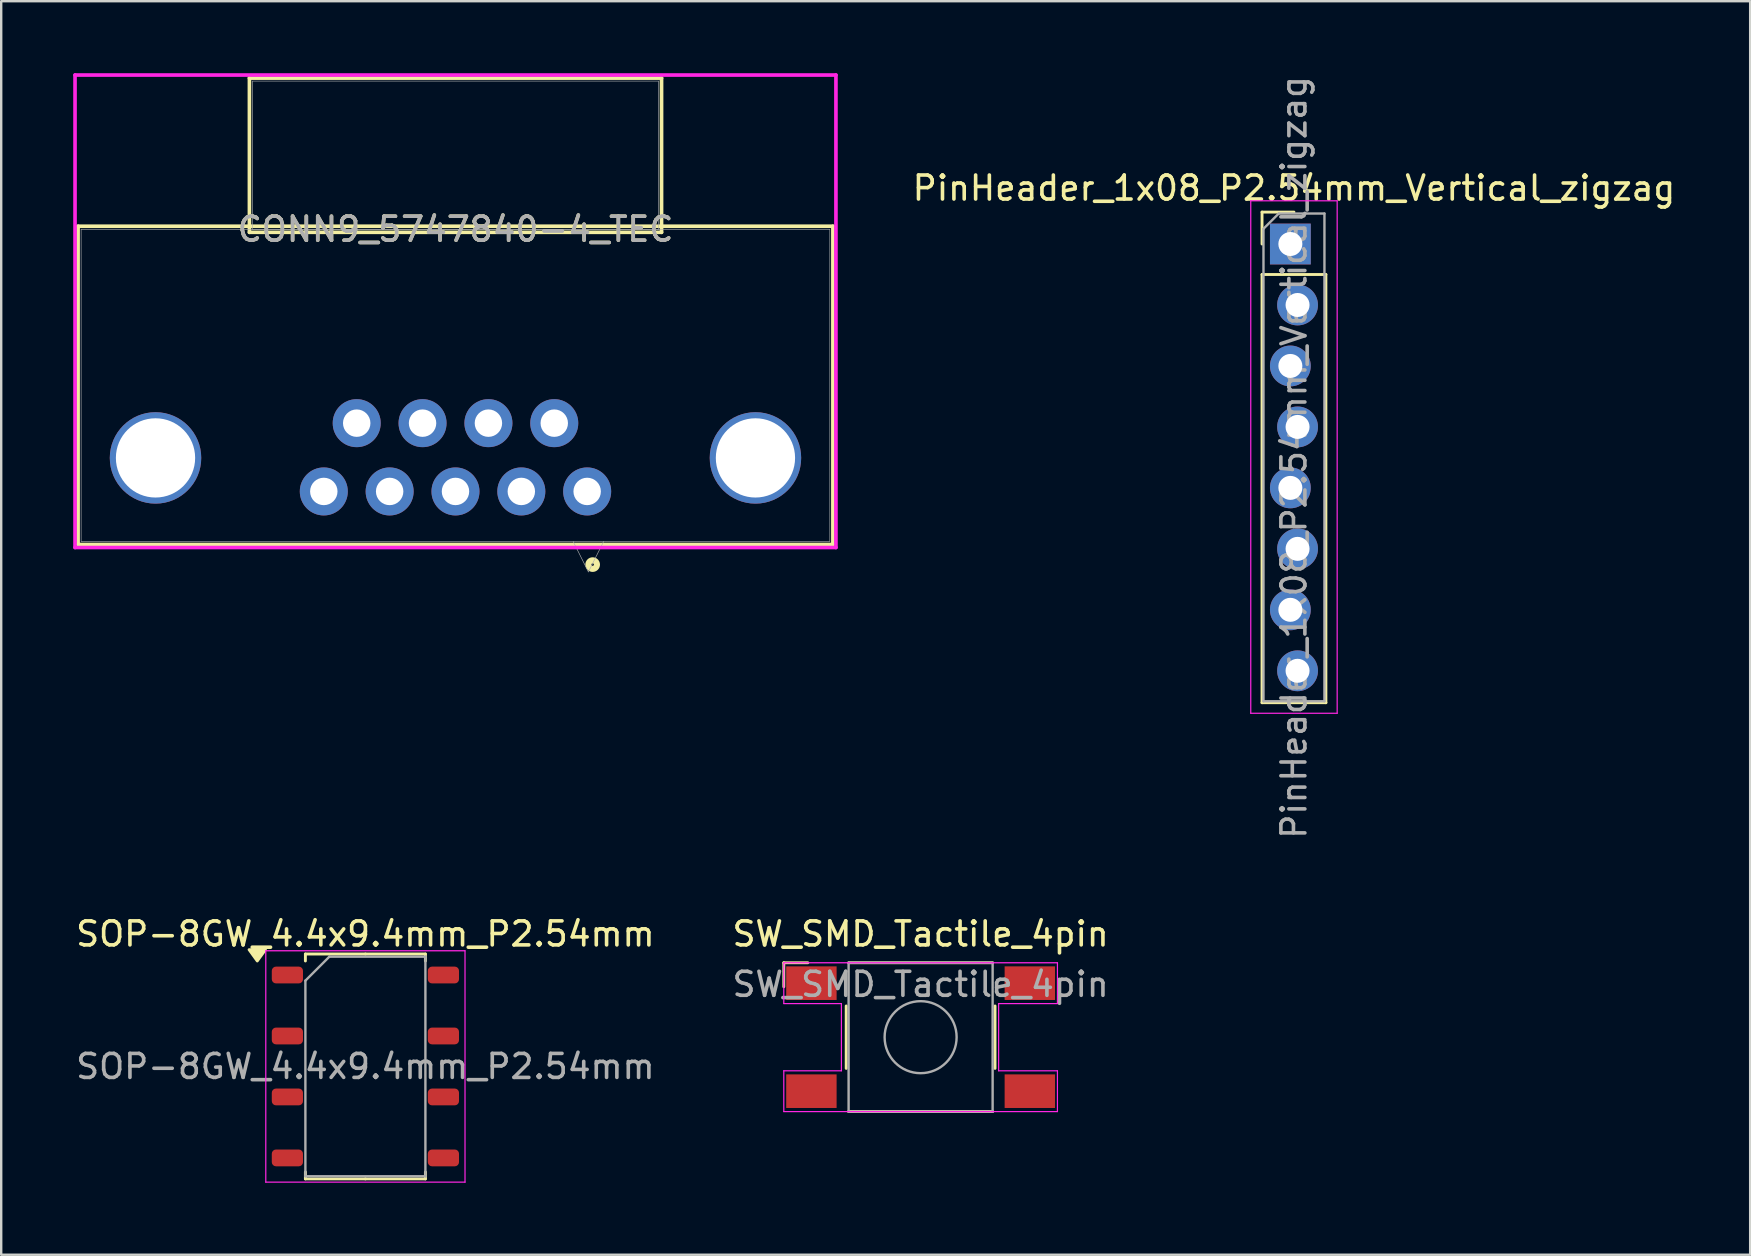
<source format=kicad_pcb>
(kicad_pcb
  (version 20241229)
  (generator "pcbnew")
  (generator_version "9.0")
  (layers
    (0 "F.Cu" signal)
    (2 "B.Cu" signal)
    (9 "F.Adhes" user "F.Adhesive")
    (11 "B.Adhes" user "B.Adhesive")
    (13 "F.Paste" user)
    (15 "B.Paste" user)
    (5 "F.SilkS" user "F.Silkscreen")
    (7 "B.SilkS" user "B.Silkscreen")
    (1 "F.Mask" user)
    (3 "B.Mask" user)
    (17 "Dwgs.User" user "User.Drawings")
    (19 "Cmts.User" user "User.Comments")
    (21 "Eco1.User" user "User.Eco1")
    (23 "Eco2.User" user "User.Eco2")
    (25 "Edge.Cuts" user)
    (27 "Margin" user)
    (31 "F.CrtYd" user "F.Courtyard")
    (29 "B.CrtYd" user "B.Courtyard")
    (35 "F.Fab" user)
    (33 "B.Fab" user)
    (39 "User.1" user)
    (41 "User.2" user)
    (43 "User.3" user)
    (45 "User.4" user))
  (footprint "PinHeader_1x08_P2.54mm_Vertical_zigzag"
    (layer "F.Cu")
    (at 50.858 7.116)
    (property "Reference" "PinHeader_1x08_P2.54mm_Vertical_zigzag" (at 0 -2.33 0) (layer "F.SilkS") (effects (font (size 1 1) (thickness 0.15))))
    (attr through_hole)
    (fp_line (start -1.33 -1.33) (end 0 -1.33) (stroke (width 0.12) (type solid)) (layer "F.SilkS"))
    (fp_line (start -1.33 0) (end -1.33 -1.33) (stroke (width 0.12) (type solid)) (layer "F.SilkS"))
    (fp_line (start -1.33 1.27) (end -1.33 19.11) (stroke (width 0.12) (type solid)) (layer "F.SilkS"))
    (fp_line (start -1.33 1.27) (end 1.33 1.27) (stroke (width 0.12) (type solid)) (layer "F.SilkS"))
    (fp_line (start -1.33 19.11) (end 1.33 19.11) (stroke (width 0.12) (type solid)) (layer "F.SilkS"))
    (fp_line (start 1.33 1.27) (end 1.33 19.11) (stroke (width 0.12) (type solid)) (layer "F.SilkS"))
    (fp_line (start -1.8 -1.8) (end -1.8 19.55) (stroke (width 0.05) (type solid)) (layer "F.CrtYd"))
    (fp_line (start -1.8 19.55) (end 1.8 19.55) (stroke (width 0.05) (type solid)) (layer "F.CrtYd"))
    (fp_line (start 1.8 -1.8) (end -1.8 -1.8) (stroke (width 0.05) (type solid)) (layer "F.CrtYd"))
    (fp_line (start 1.8 19.55) (end 1.8 -1.8) (stroke (width 0.05) (type solid)) (layer "F.CrtYd"))
    (fp_line (start -1.27 -0.635) (end -0.635 -1.27) (stroke (width 0.1) (type solid)) (layer "F.Fab"))
    (fp_line (start -1.27 19.05) (end -1.27 -0.635) (stroke (width 0.1) (type solid)) (layer "F.Fab"))
    (fp_line (start -0.635 -1.27) (end 1.27 -1.27) (stroke (width 0.1) (type solid)) (layer "F.Fab"))
    (fp_line (start 1.27 -1.27) (end 1.27 19.05) (stroke (width 0.1) (type solid)) (layer "F.Fab"))
    (fp_line (start 1.27 19.05) (end -1.27 19.05) (stroke (width 0.1) (type solid)) (layer "F.Fab"))
    (fp_text user "${REFERENCE}" (at 0 8.89 90) (layer "F.Fab") (effects (font (size 1 1) (thickness 0.15))))
    (pad "1" thru_hole rect (at -0.15 0) (size 1.7 1.7) (drill 1) (layers "*.Cu" "*.Mask"))
    (pad "2" thru_hole oval (at 0.15 2.54) (size 1.7 1.7) (drill 1) (layers "*.Cu" "*.Mask"))
    (pad "3" thru_hole oval (at -0.15 5.08) (size 1.7 1.7) (drill 1) (layers "*.Cu" "*.Mask"))
    (pad "4" thru_hole oval (at 0.15 7.62) (size 1.7 1.7) (drill 1) (layers "*.Cu" "*.Mask"))
    (pad "5" thru_hole oval (at -0.15 10.16) (size 1.7 1.7) (drill 1) (layers "*.Cu" "*.Mask"))
    (pad "6" thru_hole oval (at 0.15 12.7) (size 1.7 1.7) (drill 1) (layers "*.Cu" "*.Mask"))
    (pad "7" thru_hole oval (at -0.15 15.24) (size 1.7 1.7) (drill 1) (layers "*.Cu" "*.Mask"))
    (pad "8" thru_hole oval (at 0.15 17.78) (size 1.7 1.7) (drill 1) (layers "*.Cu" "*.Mask")))
  (footprint "CONN9_5747840-4_TEC"
    (layer "F.Cu")
    (at 15.926 6.502)
    (property "Reference" "CONN9_5747840-4_TEC" (at 0 0 0) (unlocked yes) (layer "F.SilkS") (effects (font (size 1 1) (thickness 0.15))))
    (attr through_hole)
    (fp_line (start -15.723 -0.127) (end -15.723 13.132) (stroke (width 0.152) (type solid)) (layer "F.SilkS"))
    (fp_line (start -15.723 13.132) (end 15.723 13.132) (stroke (width 0.152) (type solid)) (layer "F.SilkS"))
    (fp_line (start -8.585 -6.299) (end -8.585 0.127) (stroke (width 0.152) (type solid)) (layer "F.SilkS"))
    (fp_line (start -8.585 0.127) (end 8.585 0.127) (stroke (width 0.152) (type solid)) (layer "F.SilkS"))
    (fp_line (start 8.585 -6.299) (end -8.585 -6.299) (stroke (width 0.152) (type solid)) (layer "F.SilkS"))
    (fp_line (start 8.585 0.127) (end 8.585 -6.299) (stroke (width 0.152) (type solid)) (layer "F.SilkS"))
    (fp_line (start 15.723 -0.127) (end -15.723 -0.127) (stroke (width 0.152) (type solid)) (layer "F.SilkS"))
    (fp_line (start 15.723 13.132) (end 15.723 -0.127) (stroke (width 0.152) (type solid)) (layer "F.SilkS"))
    (fp_circle (center 5.715 13.97) (end 5.893 13.97) (stroke (width 0.254) (type solid)) (fill no) (layer "F.SilkS"))
    (fp_line (start -15.85 -6.426) (end -15.85 13.259) (stroke (width 0.152) (type solid)) (layer "F.CrtYd"))
    (fp_line (start -15.85 13.259) (end 15.85 13.259) (stroke (width 0.152) (type solid)) (layer "F.CrtYd"))
    (fp_line (start 15.85 -6.426) (end -15.85 -6.426) (stroke (width 0.152) (type solid)) (layer "F.CrtYd"))
    (fp_line (start 15.85 13.259) (end 15.85 -6.426) (stroke (width 0.152) (type solid)) (layer "F.CrtYd"))
    (fp_line (start -15.596 0) (end -15.596 13.005) (stroke (width 0.025) (type solid)) (layer "F.Fab"))
    (fp_line (start -15.596 13.005) (end 15.596 13.005) (stroke (width 0.025) (type solid)) (layer "F.Fab"))
    (fp_line (start -8.458 -6.172) (end -8.458 0) (stroke (width 0.025) (type solid)) (layer "F.Fab"))
    (fp_line (start -8.458 0) (end 8.458 0) (stroke (width 0.025) (type solid)) (layer "F.Fab"))
    (fp_line (start 4.902 13.005) (end 5.537 14.275) (stroke (width 0.025) (type solid)) (layer "F.Fab"))
    (fp_line (start 6.172 13.005) (end 5.537 14.275) (stroke (width 0.025) (type solid)) (layer "F.Fab"))
    (fp_line (start 8.458 -6.172) (end -8.458 -6.172) (stroke (width 0.025) (type solid)) (layer "F.Fab"))
    (fp_line (start 8.458 0) (end 8.458 -6.172) (stroke (width 0.025) (type solid)) (layer "F.Fab"))
    (fp_line (start 15.596 0) (end -15.596 0) (stroke (width 0.025) (type solid)) (layer "F.Fab"))
    (fp_line (start 15.596 13.005) (end 15.596 0) (stroke (width 0.025) (type solid)) (layer "F.Fab"))
    (fp_text user "${REFERENCE}" (at 0 0 0) (unlocked yes) (layer "F.Fab") (effects (font (size 1 1) (thickness 0.15))))
    (pad "1" thru_hole circle (at 5.486 10.922) (size 2 2) (drill 1.143) (layers "*.Cu" "*.Mask"))
    (pad "2" thru_hole circle (at 2.743 10.922) (size 2 2) (drill 1.143) (layers "*.Cu" "*.Mask"))
    (pad "3" thru_hole circle (at 0 10.922) (size 2 2) (drill 1.143) (layers "*.Cu" "*.Mask"))
    (pad "4" thru_hole circle (at -2.743 10.922) (size 2 2) (drill 1.143) (layers "*.Cu" "*.Mask"))
    (pad "5" thru_hole circle (at -5.486 10.922) (size 2 2) (drill 1.143) (layers "*.Cu" "*.Mask"))
    (pad "6" thru_hole circle (at 4.115 8.077) (size 2 2) (drill 1.143) (layers "*.Cu" "*.Mask"))
    (pad "7" thru_hole circle (at 1.372 8.077) (size 2 2) (drill 1.143) (layers "*.Cu" "*.Mask"))
    (pad "8" thru_hole circle (at -1.372 8.077) (size 2 2) (drill 1.143) (layers "*.Cu" "*.Mask"))
    (pad "9" thru_hole circle (at -4.115 8.077) (size 2 2) (drill 1.143) (layers "*.Cu" "*.Mask"))
    (pad "10" thru_hole circle (at -12.497 9.525) (size 3.81 3.81) (drill 3.302) (layers "*.Cu" "*.Mask"))
    (pad "11" thru_hole circle (at 12.497 9.525) (size 3.81 3.81) (drill 3.302) (layers "*.Cu" "*.Mask")))
  (footprint "SW_SMD_Tactile_4pin"
    (layer "F.Cu")
    (at 35.304 40.16)
    (property "Reference" "SW_SMD_Tactile_4pin" (at 0 -4.3 0) (layer "F.SilkS") (effects (font (size 1 1) (thickness 0.15))))
    (attr smd)
    (fp_line (start -5.7 -3.1) (end -4.7 -3.1) (stroke (width 0.12) (type solid)) (layer "F.SilkS"))
    (fp_line (start -5.7 -2.1) (end -5.7 -3.1) (stroke (width 0.12) (type solid)) (layer "F.SilkS"))
    (fp_line (start -3.1 -1.3) (end -3.1 1.3) (stroke (width 0.12) (type solid)) (layer "F.SilkS"))
    (fp_line (start 3 -3.1) (end -3 -3.1) (stroke (width 0.12) (type solid)) (layer "F.SilkS"))
    (fp_line (start 3 3.1) (end -3 3.1) (stroke (width 0.12) (type solid)) (layer "F.SilkS"))
    (fp_line (start 3.1 -1.3) (end 3.1 1.3) (stroke (width 0.12) (type solid)) (layer "F.SilkS"))
    (fp_line (start -5.7 -3.1) (end 5.7 -3.1) (stroke (width 0.05) (type solid)) (layer "F.CrtYd"))
    (fp_line (start -5.7 -1.4) (end -5.7 -3.1) (stroke (width 0.05) (type solid)) (layer "F.CrtYd"))
    (fp_line (start -5.7 1.4) (end -3.3 1.4) (stroke (width 0.05) (type solid)) (layer "F.CrtYd"))
    (fp_line (start -5.7 3.1) (end -5.7 1.4) (stroke (width 0.05) (type solid)) (layer "F.CrtYd"))
    (fp_line (start -3.3 -1.4) (end -5.7 -1.4) (stroke (width 0.05) (type solid)) (layer "F.CrtYd"))
    (fp_line (start -3.3 1.4) (end -3.3 -1.4) (stroke (width 0.05) (type solid)) (layer "F.CrtYd"))
    (fp_line (start 3.25 -1.4) (end 3.25 1.4) (stroke (width 0.05) (type solid)) (layer "F.CrtYd"))
    (fp_line (start 3.25 1.4) (end 5.7 1.4) (stroke (width 0.05) (type solid)) (layer "F.CrtYd"))
    (fp_line (start 5.7 -3.1) (end 5.7 -1.4) (stroke (width 0.05) (type solid)) (layer "F.CrtYd"))
    (fp_line (start 5.7 -1.4) (end 3.25 -1.4) (stroke (width 0.05) (type solid)) (layer "F.CrtYd"))
    (fp_line (start 5.7 1.4) (end 5.7 3.1) (stroke (width 0.05) (type solid)) (layer "F.CrtYd"))
    (fp_line (start 5.7 3.1) (end -5.7 3.1) (stroke (width 0.05) (type solid)) (layer "F.CrtYd"))
    (fp_line (start -3 -3.1) (end 3 -3.1) (stroke (width 0.1) (type solid)) (layer "F.Fab"))
    (fp_line (start -3 3.1) (end -3 -3.1) (stroke (width 0.1) (type solid)) (layer "F.Fab"))
    (fp_line (start 3 -3.1) (end 3 3.1) (stroke (width 0.1) (type solid)) (layer "F.Fab"))
    (fp_line (start 3 3.1) (end -3 3.1) (stroke (width 0.1) (type solid)) (layer "F.Fab"))
    (fp_circle (center 0 0) (end 1.5 0) (stroke (width 0.1) (type solid)) (fill no) (layer "F.Fab"))
    (fp_text user "${REFERENCE}" (at 0 -2.2 0) (layer "F.Fab") (effects (font (size 1 1) (thickness 0.15))))
    (pad "1" smd rect (at -4.55 -2.25 180) (size 2.1 1.4) (layers "F.Cu" "F.Mask" "F.Paste"))
    (pad "1" smd rect (at 4.55 -2.25 180) (size 2.1 1.4) (layers "F.Cu" "F.Mask" "F.Paste"))
    (pad "2" smd rect (at -4.55 2.25 180) (size 2.1 1.4) (layers "F.Cu" "F.Mask" "F.Paste"))
    (pad "2" smd rect (at 4.55 2.25 180) (size 2.1 1.4) (layers "F.Cu" "F.Mask" "F.Paste")))
  (footprint "SOP-8GW_4.4x9.4mm_P2.54mm"
    (layer "F.Cu")
    (at 12.173 41.38)
    (property "Reference" "SOP-8GW_4.4x9.4mm_P2.54mm" (at 0 -5.52 0) (layer "F.SilkS") (effects (font (size 1 1) (thickness 0.15))))
    (attr smd)
    (fp_line (start -2.5 -4.685) (end -2.5 -4.395) (stroke (width 0.12) (type solid)) (layer "F.SilkS"))
    (fp_line (start -2.5 4.685) (end -2.5 4.395) (stroke (width 0.12) (type solid)) (layer "F.SilkS"))
    (fp_line (start 0 -4.685) (end -2.5 -4.685) (stroke (width 0.12) (type solid)) (layer "F.SilkS"))
    (fp_line (start 0 -4.685) (end 2.5 -4.685) (stroke (width 0.12) (type solid)) (layer "F.SilkS"))
    (fp_line (start 0 4.685) (end -2.5 4.685) (stroke (width 0.12) (type solid)) (layer "F.SilkS"))
    (fp_line (start 0 4.685) (end 2.5 4.685) (stroke (width 0.12) (type solid)) (layer "F.SilkS"))
    (fp_line (start 2.5 -4.685) (end 2.5 -4.395) (stroke (width 0.12) (type solid)) (layer "F.SilkS"))
    (fp_line (start 2.5 4.685) (end 2.5 4.395) (stroke (width 0.12) (type solid)) (layer "F.SilkS"))
    (fp_poly (pts (xy -4.505 -4.395) (xy -4.845 -4.865) (xy -4.165 -4.865) (xy -4.505 -4.395)) (stroke (width 0.12) (type solid)) (fill yes) (layer "F.SilkS"))
    (fp_line (start -4.15 -4.82) (end -4.15 4.82) (stroke (width 0.05) (type solid)) (layer "F.CrtYd"))
    (fp_line (start -4.15 4.82) (end 4.15 4.82) (stroke (width 0.05) (type solid)) (layer "F.CrtYd"))
    (fp_line (start 4.15 -4.82) (end -4.15 -4.82) (stroke (width 0.05) (type solid)) (layer "F.CrtYd"))
    (fp_line (start 4.15 4.82) (end 4.15 -4.82) (stroke (width 0.05) (type solid)) (layer "F.CrtYd"))
    (fp_line (start -2.5 -3.575) (end -1.5 -4.575) (stroke (width 0.1) (type solid)) (layer "F.Fab"))
    (fp_line (start -2.5 4.575) (end -2.5 -3.575) (stroke (width 0.1) (type solid)) (layer "F.Fab"))
    (fp_line (start -1.5 -4.575) (end 2.5 -4.575) (stroke (width 0.1) (type solid)) (layer "F.Fab"))
    (fp_line (start 2.5 -4.575) (end 2.5 4.575) (stroke (width 0.1) (type solid)) (layer "F.Fab"))
    (fp_line (start 2.5 4.575) (end -2.5 4.575) (stroke (width 0.1) (type solid)) (layer "F.Fab"))
    (fp_text user "${REFERENCE}" (at 0 0 0) (layer "F.Fab") (effects (font (size 1 1) (thickness 0.15))))
    (pad "1" smd roundrect (at -3.25 -3.81) (size 1.3 0.7) (layers "F.Cu" "F.Mask" "F.Paste") (roundrect_rratio 0.25))
    (pad "2" smd roundrect (at -3.25 -1.27) (size 1.3 0.7) (layers "F.Cu" "F.Mask" "F.Paste") (roundrect_rratio 0.25))
    (pad "3" smd roundrect (at -3.25 1.27) (size 1.3 0.7) (layers "F.Cu" "F.Mask" "F.Paste") (roundrect_rratio 0.25))
    (pad "4" smd roundrect (at -3.25 3.81) (size 1.3 0.7) (layers "F.Cu" "F.Mask" "F.Paste") (roundrect_rratio 0.25))
    (pad "5" smd roundrect (at 3.25 3.81) (size 1.3 0.7) (layers "F.Cu" "F.Mask" "F.Paste") (roundrect_rratio 0.25))
    (pad "6" smd roundrect (at 3.25 1.27) (size 1.3 0.7) (layers "F.Cu" "F.Mask" "F.Paste") (roundrect_rratio 0.25))
    (pad "7" smd roundrect (at 3.25 -1.27) (size 1.3 0.7) (layers "F.Cu" "F.Mask" "F.Paste") (roundrect_rratio 0.25))
    (pad "8" smd roundrect (at 3.25 -3.81) (size 1.3 0.7) (layers "F.Cu" "F.Mask" "F.Paste") (roundrect_rratio 0.25)))
  (gr_rect
    (start -3 -3)
    (end 69.864 49.225)
    (stroke (width 0.1) (type default))
    (fill no)
    (layer "Edge.Cuts")))
</source>
